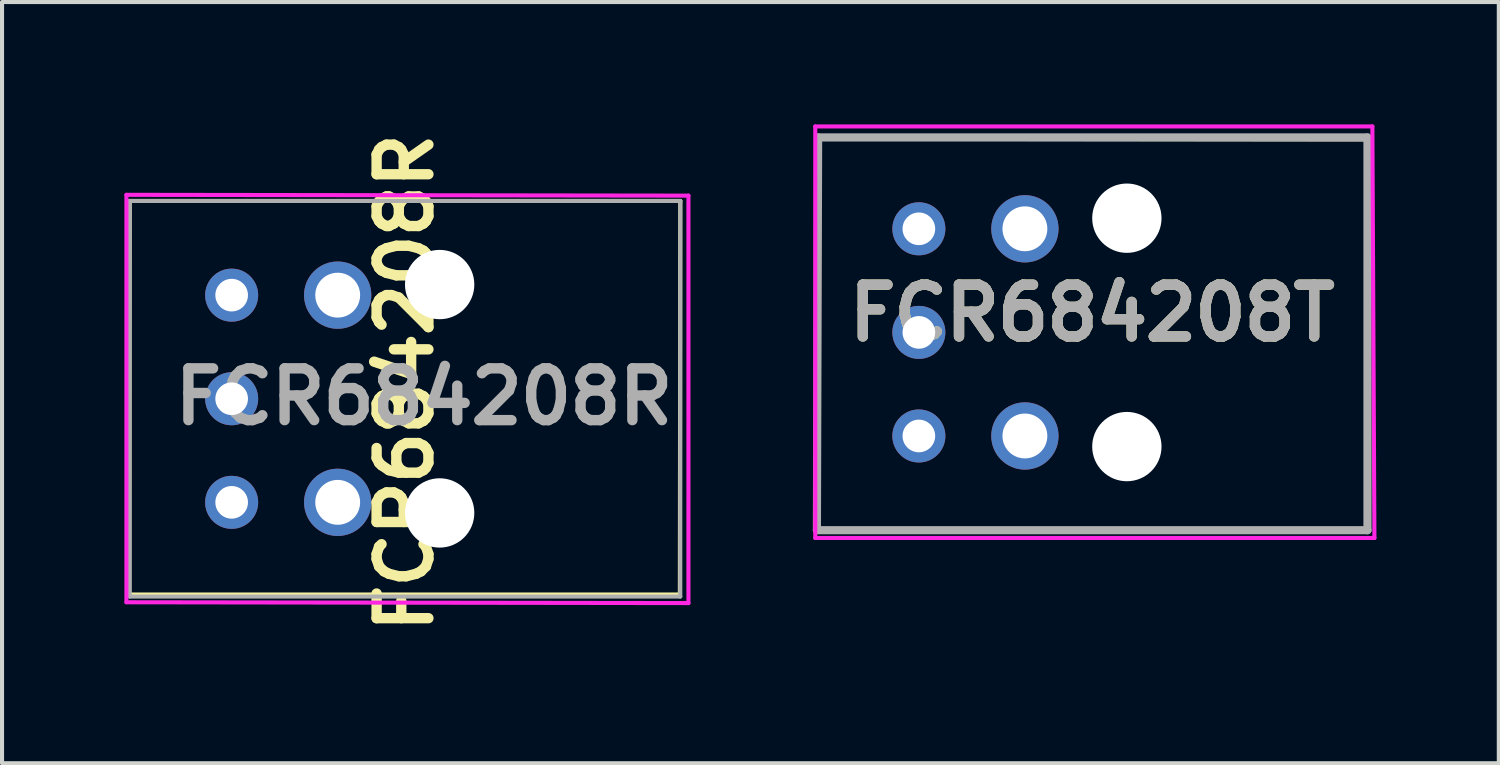
<source format=kicad_pcb>
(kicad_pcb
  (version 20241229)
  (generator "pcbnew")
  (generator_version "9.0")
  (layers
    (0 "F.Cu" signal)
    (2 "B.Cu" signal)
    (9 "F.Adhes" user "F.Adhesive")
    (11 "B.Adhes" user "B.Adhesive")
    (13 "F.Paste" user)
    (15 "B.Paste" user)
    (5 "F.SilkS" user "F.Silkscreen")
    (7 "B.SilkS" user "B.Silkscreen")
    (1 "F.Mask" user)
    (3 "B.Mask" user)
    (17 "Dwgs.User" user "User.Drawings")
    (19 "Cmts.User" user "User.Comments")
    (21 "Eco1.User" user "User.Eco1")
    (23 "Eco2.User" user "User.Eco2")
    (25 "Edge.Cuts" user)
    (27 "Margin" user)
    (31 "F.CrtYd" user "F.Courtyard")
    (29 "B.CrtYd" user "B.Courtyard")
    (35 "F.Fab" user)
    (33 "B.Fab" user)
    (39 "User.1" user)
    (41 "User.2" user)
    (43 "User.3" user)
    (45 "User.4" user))
  (footprint "FCR684208T"
    (layer "F.Cu")
    (at 19.48 2.56)
    (property "Reference" "FCR684208T" (at 4.25 2.065 0) (layer "F.SilkS") (effects (font (size 1.27 1.27) (thickness 0.254))))
    (attr through_hole)
    (fp_line (start -2.465 -2.208) (end 10.985 -2.192) (stroke (width 0.1) (type solid)) (layer "F.SilkS"))
    (fp_line (start -2.45 7.375) (end -2.465 -2.208) (stroke (width 0.1) (type solid)) (layer "F.SilkS"))
    (fp_line (start 10.985 -2.192) (end 11 7.39) (stroke (width 0.1) (type solid)) (layer "F.SilkS"))
    (fp_line (start 10.99 7.36) (end -2.45 7.375) (stroke (width 0.1) (type solid)) (layer "F.SilkS"))
    (fp_line (start -2.54 -2.51) (end 11.12 -2.51) (stroke (width 0.1) (type solid)) (layer "F.CrtYd"))
    (fp_line (start -2.54 7.58) (end -2.54 -2.51) (stroke (width 0.1) (type solid)) (layer "F.CrtYd"))
    (fp_line (start 11.12 -2.51) (end 11.17 7.58) (stroke (width 0.1) (type solid)) (layer "F.CrtYd"))
    (fp_line (start 11.17 7.58) (end -2.54 7.58) (stroke (width 0.1) (type solid)) (layer "F.CrtYd"))
    (fp_line (start -2.5 7.39) (end -2.47 -2.24) (stroke (width 0.2) (type solid)) (layer "F.Fab"))
    (fp_line (start -2.47 -2.24) (end 11 -2.24) (stroke (width 0.2) (type solid)) (layer "F.Fab"))
    (fp_line (start 11 -2.24) (end 11 7.39) (stroke (width 0.2) (type solid)) (layer "F.Fab"))
    (fp_line (start 11 7.39) (end -2.5 7.39) (stroke (width 0.2) (type solid)) (layer "F.Fab"))
    (fp_text user "${REFERENCE}" (at 4.25 2.065 0) (layer "F.Fab") (effects (font (size 1.27 1.27) (thickness 0.254))))
    (pad "" np_thru_hole circle (at 5.1 -0.26) (size 1.7 1.7) (drill 1.7) (layers "*.Cu" "*.Mask"))
    (pad "" np_thru_hole circle (at 5.1 5.34) (size 1.7 1.7) (drill 1.7) (layers "*.Cu" "*.Mask"))
    (pad "1" thru_hole circle (at 0 0) (size 1.3 1.3) (drill 0.8) (layers "*.Cu" "*.Mask"))
    (pad "1" thru_hole circle (at 2.6 0) (size 1.65 1.65) (drill 1.1) (layers "*.Cu" "*.Mask"))
    (pad "1" thru_hole circle (at 2.6 5.08) (size 1.65 1.65) (drill 1.1) (layers "*.Cu" "*.Mask"))
    (pad "2" thru_hole circle (at 0 2.54) (size 1.3 1.3) (drill 0.8) (layers "*.Cu" "*.Mask"))
    (pad "3" thru_hole circle (at 0 5.08) (size 1.3 1.3) (drill 0.8) (layers "*.Cu" "*.Mask")))
  (footprint "FCR684208R"
    (layer "F.Cu")
    (at 9.49 2.427)
    (property "Reference" "FCR684208R" (at -2.61 3.905 90) (layer "F.SilkS") (effects (font (size 1.27 1.27) (thickness 0.254))))
    (attr through_hole)
    (fp_line (start -9.37 9.1) (end 4.13 9.1) (stroke (width 0.1) (type solid)) (layer "F.SilkS"))
    (fp_line (start -9.36 -0.55) (end -9.37 9.1) (stroke (width 0.1) (type solid)) (layer "F.SilkS"))
    (fp_line (start 4.13 9.1) (end 4.14 -0.55) (stroke (width 0.1) (type solid)) (layer "F.SilkS"))
    (fp_line (start 4.14 -0.55) (end -9.36 -0.55) (stroke (width 0.1) (type solid)) (layer "F.SilkS"))
    (fp_line (start -9.44 -0.7) (end 4.34 -0.68) (stroke (width 0.1) (type solid)) (layer "F.CrtYd"))
    (fp_line (start -9.44 9.29) (end -9.44 -0.7) (stroke (width 0.1) (type solid)) (layer "F.CrtYd"))
    (fp_line (start 4.34 -0.68) (end 4.34 9.31) (stroke (width 0.1) (type solid)) (layer "F.CrtYd"))
    (fp_line (start 4.34 9.31) (end -9.44 9.29) (stroke (width 0.1) (type solid)) (layer "F.CrtYd"))
    (fp_line (start -9.36 -0.55) (end -9.36 9.15) (stroke (width 0.1) (type solid)) (layer "F.Fab"))
    (fp_line (start -9.36 9.15) (end 4.14 9.15) (stroke (width 0.1) (type solid)) (layer "F.Fab"))
    (fp_line (start 4.14 -0.55) (end -9.36 -0.55) (stroke (width 0.1) (type solid)) (layer "F.Fab"))
    (fp_line (start 4.14 9.15) (end 4.14 -0.55) (stroke (width 0.1) (type solid)) (layer "F.Fab"))
    (fp_text user "${REFERENCE}" (at -2.145 4.25 0) (layer "F.Fab") (effects (font (size 1.27 1.27) (thickness 0.254))))
    (pad "" np_thru_hole circle (at -1.76 1.5 90) (size 1.7 1.7) (drill 1.7) (layers "*.Cu" "*.Mask"))
    (pad "" np_thru_hole circle (at -1.76 7.1 90) (size 1.7 1.7) (drill 1.7) (layers "*.Cu" "*.Mask"))
    (pad "1" thru_hole circle (at -6.86 1.76 90) (size 1.3 1.3) (drill 0.8) (layers "*.Cu" "*.Mask"))
    (pad "2" thru_hole circle (at -6.86 4.3 90) (size 1.3 1.3) (drill 0.8) (layers "*.Cu" "*.Mask"))
    (pad "2" thru_hole circle (at -4.26 1.76 90) (size 1.65 1.65) (drill 1.1) (layers "*.Cu" "*.Mask"))
    (pad "2" thru_hole circle (at -4.26 6.84 90) (size 1.65 1.65) (drill 1.1) (layers "*.Cu" "*.Mask"))
    (pad "3" thru_hole circle (at -6.86 6.84 90) (size 1.3 1.3) (drill 0.8) (layers "*.Cu" "*.Mask")))
  (gr_rect
    (start -3 -3)
    (end 33.7 15.664)
    (stroke (width 0.1) (type default))
    (fill no)
    (layer "Edge.Cuts")))
</source>
